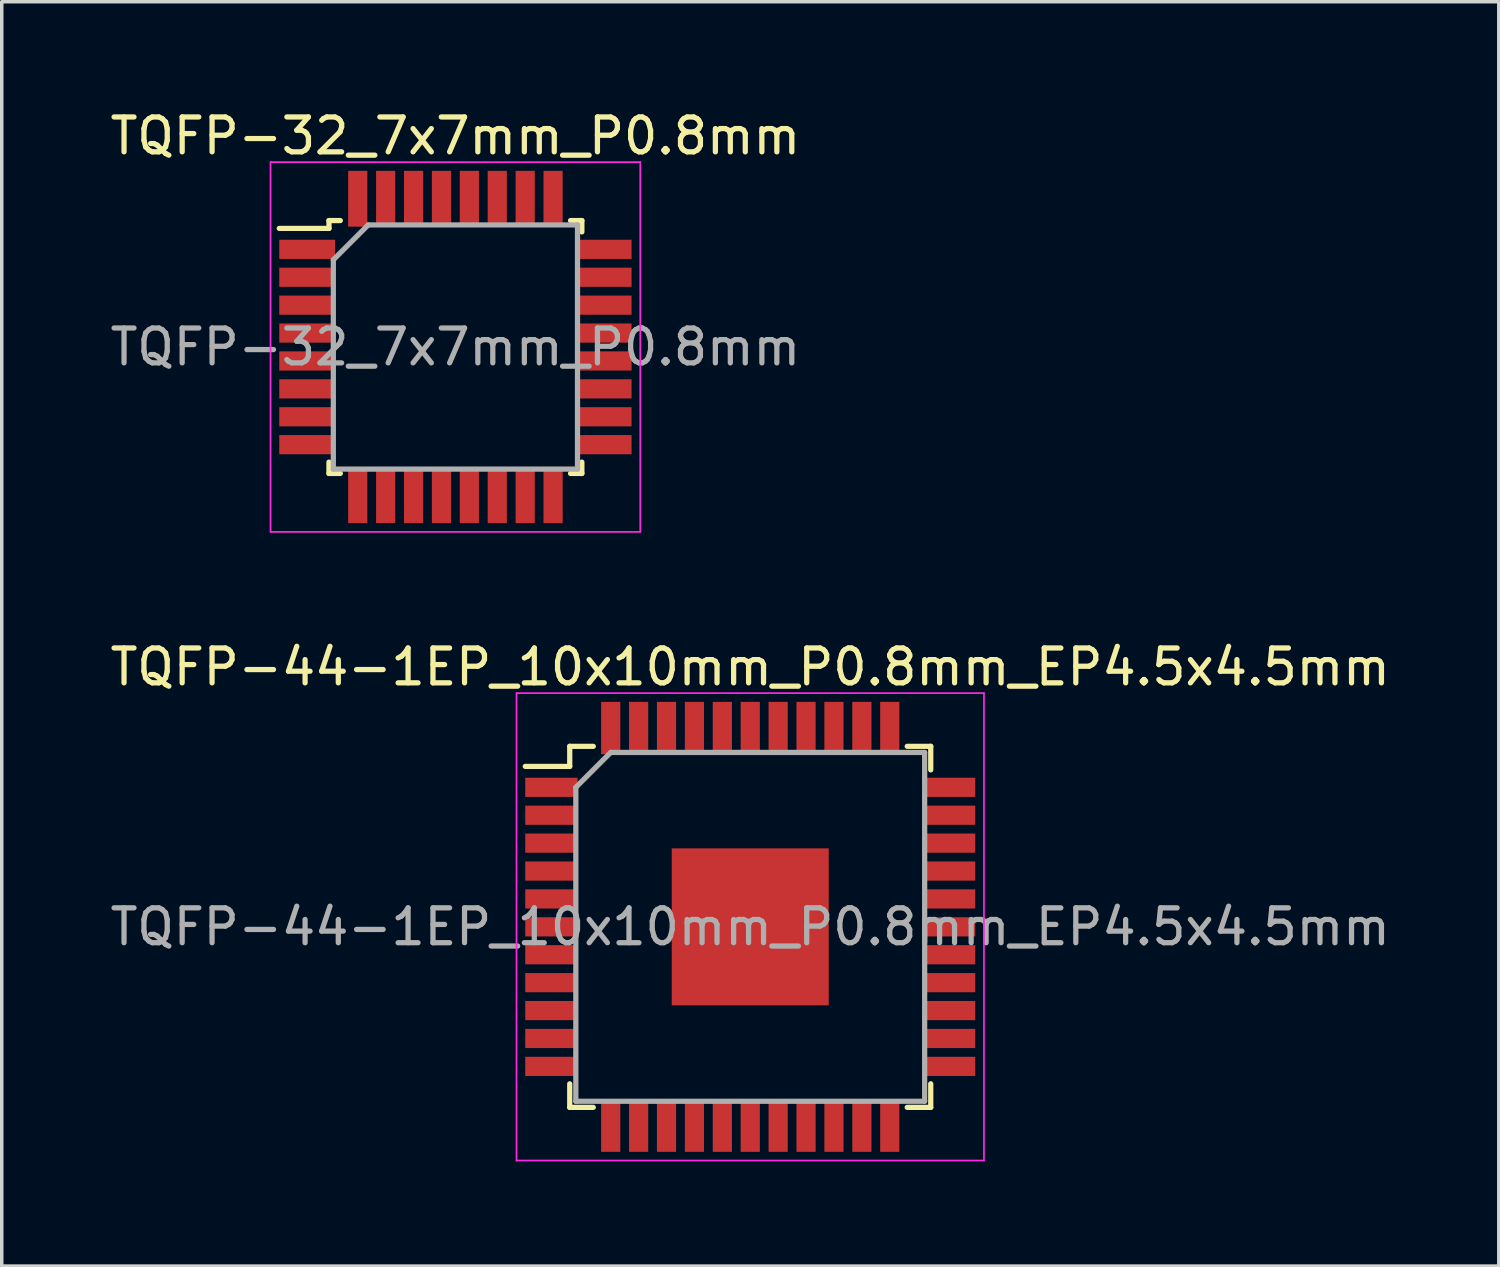
<source format=kicad_pcb>
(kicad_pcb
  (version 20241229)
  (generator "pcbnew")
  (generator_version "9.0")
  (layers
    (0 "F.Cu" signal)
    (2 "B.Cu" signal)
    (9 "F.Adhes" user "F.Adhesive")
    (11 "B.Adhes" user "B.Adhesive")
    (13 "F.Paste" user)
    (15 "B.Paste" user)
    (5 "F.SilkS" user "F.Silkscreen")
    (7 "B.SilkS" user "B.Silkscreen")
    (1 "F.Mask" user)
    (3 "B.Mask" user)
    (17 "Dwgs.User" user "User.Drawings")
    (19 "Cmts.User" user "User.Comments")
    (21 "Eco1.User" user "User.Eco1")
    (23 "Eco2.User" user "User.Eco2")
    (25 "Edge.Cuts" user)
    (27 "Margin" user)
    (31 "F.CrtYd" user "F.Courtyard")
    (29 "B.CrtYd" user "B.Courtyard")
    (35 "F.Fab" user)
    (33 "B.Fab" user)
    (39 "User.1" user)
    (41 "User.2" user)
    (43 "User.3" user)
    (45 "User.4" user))
  (footprint "TQFP-32_7x7mm_P0.8mm"
    (layer "F.Cu")
    (at 10.006 6.898)
    (property "Reference" "TQFP-32_7x7mm_P0.8mm" (at 0 -6.05 0) (layer "F.SilkS") (effects (font (size 1 1) (thickness 0.15))))
    (attr smd)
    (fp_line (start -3.625 -3.625) (end -3.625 -3.4) (stroke (width 0.15) (type solid)) (layer "F.SilkS"))
    (fp_line (start -3.625 -3.625) (end -3.3 -3.625) (stroke (width 0.15) (type solid)) (layer "F.SilkS"))
    (fp_line (start -3.625 -3.4) (end -5.05 -3.4) (stroke (width 0.15) (type solid)) (layer "F.SilkS"))
    (fp_line (start -3.625 3.625) (end -3.625 3.3) (stroke (width 0.15) (type solid)) (layer "F.SilkS"))
    (fp_line (start -3.625 3.625) (end -3.3 3.625) (stroke (width 0.15) (type solid)) (layer "F.SilkS"))
    (fp_line (start 3.625 -3.625) (end 3.3 -3.625) (stroke (width 0.15) (type solid)) (layer "F.SilkS"))
    (fp_line (start 3.625 -3.625) (end 3.625 -3.3) (stroke (width 0.15) (type solid)) (layer "F.SilkS"))
    (fp_line (start 3.625 3.625) (end 3.3 3.625) (stroke (width 0.15) (type solid)) (layer "F.SilkS"))
    (fp_line (start 3.625 3.625) (end 3.625 3.3) (stroke (width 0.15) (type solid)) (layer "F.SilkS"))
    (fp_line (start -5.3 -5.3) (end -5.3 5.3) (stroke (width 0.05) (type solid)) (layer "F.CrtYd"))
    (fp_line (start -5.3 -5.3) (end 5.3 -5.3) (stroke (width 0.05) (type solid)) (layer "F.CrtYd"))
    (fp_line (start -5.3 5.3) (end 5.3 5.3) (stroke (width 0.05) (type solid)) (layer "F.CrtYd"))
    (fp_line (start 5.3 -5.3) (end 5.3 5.3) (stroke (width 0.05) (type solid)) (layer "F.CrtYd"))
    (fp_line (start -3.5 -2.5) (end -2.5 -3.5) (stroke (width 0.15) (type solid)) (layer "F.Fab"))
    (fp_line (start -3.5 3.5) (end -3.5 -2.5) (stroke (width 0.15) (type solid)) (layer "F.Fab"))
    (fp_line (start -2.5 -3.5) (end 3.5 -3.5) (stroke (width 0.15) (type solid)) (layer "F.Fab"))
    (fp_line (start 3.5 -3.5) (end 3.5 3.5) (stroke (width 0.15) (type solid)) (layer "F.Fab"))
    (fp_line (start 3.5 3.5) (end -3.5 3.5) (stroke (width 0.15) (type solid)) (layer "F.Fab"))
    (fp_text user "${REFERENCE}" (at 0 0 0) (layer "F.Fab") (effects (font (size 1 1) (thickness 0.15))))
    (pad "1" smd rect (at -4.25 -2.8) (size 1.6 0.55) (layers "F.Cu" "F.Mask" "F.Paste"))
    (pad "2" smd rect (at -4.25 -2) (size 1.6 0.55) (layers "F.Cu" "F.Mask" "F.Paste"))
    (pad "3" smd rect (at -4.25 -1.2) (size 1.6 0.55) (layers "F.Cu" "F.Mask" "F.Paste"))
    (pad "4" smd rect (at -4.25 -0.4) (size 1.6 0.55) (layers "F.Cu" "F.Mask" "F.Paste"))
    (pad "5" smd rect (at -4.25 0.4) (size 1.6 0.55) (layers "F.Cu" "F.Mask" "F.Paste"))
    (pad "6" smd rect (at -4.25 1.2) (size 1.6 0.55) (layers "F.Cu" "F.Mask" "F.Paste"))
    (pad "7" smd rect (at -4.25 2) (size 1.6 0.55) (layers "F.Cu" "F.Mask" "F.Paste"))
    (pad "8" smd rect (at -4.25 2.8) (size 1.6 0.55) (layers "F.Cu" "F.Mask" "F.Paste"))
    (pad "9" smd rect (at -2.8 4.25 90) (size 1.6 0.55) (layers "F.Cu" "F.Mask" "F.Paste"))
    (pad "10" smd rect (at -2 4.25 90) (size 1.6 0.55) (layers "F.Cu" "F.Mask" "F.Paste"))
    (pad "11" smd rect (at -1.2 4.25 90) (size 1.6 0.55) (layers "F.Cu" "F.Mask" "F.Paste"))
    (pad "12" smd rect (at -0.4 4.25 90) (size 1.6 0.55) (layers "F.Cu" "F.Mask" "F.Paste"))
    (pad "13" smd rect (at 0.4 4.25 90) (size 1.6 0.55) (layers "F.Cu" "F.Mask" "F.Paste"))
    (pad "14" smd rect (at 1.2 4.25 90) (size 1.6 0.55) (layers "F.Cu" "F.Mask" "F.Paste"))
    (pad "15" smd rect (at 2 4.25 90) (size 1.6 0.55) (layers "F.Cu" "F.Mask" "F.Paste"))
    (pad "16" smd rect (at 2.8 4.25 90) (size 1.6 0.55) (layers "F.Cu" "F.Mask" "F.Paste"))
    (pad "17" smd rect (at 4.25 2.8) (size 1.6 0.55) (layers "F.Cu" "F.Mask" "F.Paste"))
    (pad "18" smd rect (at 4.25 2) (size 1.6 0.55) (layers "F.Cu" "F.Mask" "F.Paste"))
    (pad "19" smd rect (at 4.25 1.2) (size 1.6 0.55) (layers "F.Cu" "F.Mask" "F.Paste"))
    (pad "20" smd rect (at 4.25 0.4) (size 1.6 0.55) (layers "F.Cu" "F.Mask" "F.Paste"))
    (pad "21" smd rect (at 4.25 -0.4) (size 1.6 0.55) (layers "F.Cu" "F.Mask" "F.Paste"))
    (pad "22" smd rect (at 4.25 -1.2) (size 1.6 0.55) (layers "F.Cu" "F.Mask" "F.Paste"))
    (pad "23" smd rect (at 4.25 -2) (size 1.6 0.55) (layers "F.Cu" "F.Mask" "F.Paste"))
    (pad "24" smd rect (at 4.25 -2.8) (size 1.6 0.55) (layers "F.Cu" "F.Mask" "F.Paste"))
    (pad "25" smd rect (at 2.8 -4.25 90) (size 1.6 0.55) (layers "F.Cu" "F.Mask" "F.Paste"))
    (pad "26" smd rect (at 2 -4.25 90) (size 1.6 0.55) (layers "F.Cu" "F.Mask" "F.Paste"))
    (pad "27" smd rect (at 1.2 -4.25 90) (size 1.6 0.55) (layers "F.Cu" "F.Mask" "F.Paste"))
    (pad "28" smd rect (at 0.4 -4.25 90) (size 1.6 0.55) (layers "F.Cu" "F.Mask" "F.Paste"))
    (pad "29" smd rect (at -0.4 -4.25 90) (size 1.6 0.55) (layers "F.Cu" "F.Mask" "F.Paste"))
    (pad "30" smd rect (at -1.2 -4.25 90) (size 1.6 0.55) (layers "F.Cu" "F.Mask" "F.Paste"))
    (pad "31" smd rect (at -2 -4.25 90) (size 1.6 0.55) (layers "F.Cu" "F.Mask" "F.Paste"))
    (pad "32" smd rect (at -2.8 -4.25 90) (size 1.6 0.55) (layers "F.Cu" "F.Mask" "F.Paste")))
  (footprint "TQFP-44-1EP_10x10mm_P0.8mm_EP4.5x4.5mm"
    (layer "F.Cu")
    (at 18.458 23.521)
    (property "Reference" "TQFP-44-1EP_10x10mm_P0.8mm_EP4.5x4.5mm" (at 0 -7.45 0) (layer "F.SilkS") (effects (font (size 1 1) (thickness 0.15))))
    (attr smd)
    (fp_line (start -5.175 -5.175) (end -5.175 -4.6) (stroke (width 0.15) (type solid)) (layer "F.SilkS"))
    (fp_line (start -5.175 -5.175) (end -4.5 -5.175) (stroke (width 0.15) (type solid)) (layer "F.SilkS"))
    (fp_line (start -5.175 -4.6) (end -6.45 -4.6) (stroke (width 0.15) (type solid)) (layer "F.SilkS"))
    (fp_line (start -5.175 5.175) (end -5.175 4.5) (stroke (width 0.15) (type solid)) (layer "F.SilkS"))
    (fp_line (start -5.175 5.175) (end -4.5 5.175) (stroke (width 0.15) (type solid)) (layer "F.SilkS"))
    (fp_line (start 5.175 -5.175) (end 4.5 -5.175) (stroke (width 0.15) (type solid)) (layer "F.SilkS"))
    (fp_line (start 5.175 -5.175) (end 5.175 -4.5) (stroke (width 0.15) (type solid)) (layer "F.SilkS"))
    (fp_line (start 5.175 5.175) (end 4.5 5.175) (stroke (width 0.15) (type solid)) (layer "F.SilkS"))
    (fp_line (start 5.175 5.175) (end 5.175 4.5) (stroke (width 0.15) (type solid)) (layer "F.SilkS"))
    (fp_line (start -6.7 -6.7) (end -6.7 6.7) (stroke (width 0.05) (type solid)) (layer "F.CrtYd"))
    (fp_line (start -6.7 -6.7) (end 6.7 -6.7) (stroke (width 0.05) (type solid)) (layer "F.CrtYd"))
    (fp_line (start -6.7 6.7) (end 6.7 6.7) (stroke (width 0.05) (type solid)) (layer "F.CrtYd"))
    (fp_line (start 6.7 -6.7) (end 6.7 6.7) (stroke (width 0.05) (type solid)) (layer "F.CrtYd"))
    (fp_line (start -5 -4) (end -4 -5) (stroke (width 0.15) (type solid)) (layer "F.Fab"))
    (fp_line (start -5 5) (end -5 -4) (stroke (width 0.15) (type solid)) (layer "F.Fab"))
    (fp_line (start -4 -5) (end 5 -5) (stroke (width 0.15) (type solid)) (layer "F.Fab"))
    (fp_line (start 5 -5) (end 5 5) (stroke (width 0.15) (type solid)) (layer "F.Fab"))
    (fp_line (start 5 5) (end -5 5) (stroke (width 0.15) (type solid)) (layer "F.Fab"))
    (fp_text user "${REFERENCE}" (at 0 0 0) (layer "F.Fab") (effects (font (size 1 1) (thickness 0.15))))
    (pad "" smd rect (at -1.5 -1.5) (size 1.16 1.16) (layers "F.Paste"))
    (pad "" smd rect (at -1.5 0) (size 1.16 1.16) (layers "F.Paste"))
    (pad "" smd rect (at -1.5 1.5) (size 1.16 1.16) (layers "F.Paste"))
    (pad "" smd rect (at 0 -1.5) (size 1.16 1.16) (layers "F.Paste"))
    (pad "" smd rect (at 0 0) (size 1.16 1.16) (layers "F.Paste"))
    (pad "" smd rect (at 0 1.5) (size 1.16 1.16) (layers "F.Paste"))
    (pad "" smd rect (at 1.5 -1.5) (size 1.16 1.16) (layers "F.Paste"))
    (pad "" smd rect (at 1.5 0) (size 1.16 1.16) (layers "F.Paste"))
    (pad "" smd rect (at 1.5 1.5) (size 1.16 1.16) (layers "F.Paste"))
    (pad "1" smd rect (at -5.7 -4) (size 1.5 0.55) (layers "F.Cu" "F.Mask" "F.Paste"))
    (pad "2" smd rect (at -5.7 -3.2) (size 1.5 0.55) (layers "F.Cu" "F.Mask" "F.Paste"))
    (pad "3" smd rect (at -5.7 -2.4) (size 1.5 0.55) (layers "F.Cu" "F.Mask" "F.Paste"))
    (pad "4" smd rect (at -5.7 -1.6) (size 1.5 0.55) (layers "F.Cu" "F.Mask" "F.Paste"))
    (pad "5" smd rect (at -5.7 -0.8) (size 1.5 0.55) (layers "F.Cu" "F.Mask" "F.Paste"))
    (pad "6" smd rect (at -5.7 0) (size 1.5 0.55) (layers "F.Cu" "F.Mask" "F.Paste"))
    (pad "7" smd rect (at -5.7 0.8) (size 1.5 0.55) (layers "F.Cu" "F.Mask" "F.Paste"))
    (pad "8" smd rect (at -5.7 1.6) (size 1.5 0.55) (layers "F.Cu" "F.Mask" "F.Paste"))
    (pad "9" smd rect (at -5.7 2.4) (size 1.5 0.55) (layers "F.Cu" "F.Mask" "F.Paste"))
    (pad "10" smd rect (at -5.7 3.2) (size 1.5 0.55) (layers "F.Cu" "F.Mask" "F.Paste"))
    (pad "11" smd rect (at -5.7 4) (size 1.5 0.55) (layers "F.Cu" "F.Mask" "F.Paste"))
    (pad "12" smd rect (at -4 5.7 90) (size 1.5 0.55) (layers "F.Cu" "F.Mask" "F.Paste"))
    (pad "13" smd rect (at -3.2 5.7 90) (size 1.5 0.55) (layers "F.Cu" "F.Mask" "F.Paste"))
    (pad "14" smd rect (at -2.4 5.7 90) (size 1.5 0.55) (layers "F.Cu" "F.Mask" "F.Paste"))
    (pad "15" smd rect (at -1.6 5.7 90) (size 1.5 0.55) (layers "F.Cu" "F.Mask" "F.Paste"))
    (pad "16" smd rect (at -0.8 5.7 90) (size 1.5 0.55) (layers "F.Cu" "F.Mask" "F.Paste"))
    (pad "17" smd rect (at 0 5.7 90) (size 1.5 0.55) (layers "F.Cu" "F.Mask" "F.Paste"))
    (pad "18" smd rect (at 0.8 5.7 90) (size 1.5 0.55) (layers "F.Cu" "F.Mask" "F.Paste"))
    (pad "19" smd rect (at 1.6 5.7 90) (size 1.5 0.55) (layers "F.Cu" "F.Mask" "F.Paste"))
    (pad "20" smd rect (at 2.4 5.7 90) (size 1.5 0.55) (layers "F.Cu" "F.Mask" "F.Paste"))
    (pad "21" smd rect (at 3.2 5.7 90) (size 1.5 0.55) (layers "F.Cu" "F.Mask" "F.Paste"))
    (pad "22" smd rect (at 4 5.7 90) (size 1.5 0.55) (layers "F.Cu" "F.Mask" "F.Paste"))
    (pad "23" smd rect (at 5.7 4) (size 1.5 0.55) (layers "F.Cu" "F.Mask" "F.Paste"))
    (pad "24" smd rect (at 5.7 3.2) (size 1.5 0.55) (layers "F.Cu" "F.Mask" "F.Paste"))
    (pad "25" smd rect (at 5.7 2.4) (size 1.5 0.55) (layers "F.Cu" "F.Mask" "F.Paste"))
    (pad "26" smd rect (at 5.7 1.6) (size 1.5 0.55) (layers "F.Cu" "F.Mask" "F.Paste"))
    (pad "27" smd rect (at 5.7 0.8) (size 1.5 0.55) (layers "F.Cu" "F.Mask" "F.Paste"))
    (pad "28" smd rect (at 5.7 0) (size 1.5 0.55) (layers "F.Cu" "F.Mask" "F.Paste"))
    (pad "29" smd rect (at 5.7 -0.8) (size 1.5 0.55) (layers "F.Cu" "F.Mask" "F.Paste"))
    (pad "30" smd rect (at 5.7 -1.6) (size 1.5 0.55) (layers "F.Cu" "F.Mask" "F.Paste"))
    (pad "31" smd rect (at 5.7 -2.4) (size 1.5 0.55) (layers "F.Cu" "F.Mask" "F.Paste"))
    (pad "32" smd rect (at 5.7 -3.2) (size 1.5 0.55) (layers "F.Cu" "F.Mask" "F.Paste"))
    (pad "33" smd rect (at 5.7 -4) (size 1.5 0.55) (layers "F.Cu" "F.Mask" "F.Paste"))
    (pad "34" smd rect (at 4 -5.7 90) (size 1.5 0.55) (layers "F.Cu" "F.Mask" "F.Paste"))
    (pad "35" smd rect (at 3.2 -5.7 90) (size 1.5 0.55) (layers "F.Cu" "F.Mask" "F.Paste"))
    (pad "36" smd rect (at 2.4 -5.7 90) (size 1.5 0.55) (layers "F.Cu" "F.Mask" "F.Paste"))
    (pad "37" smd rect (at 1.6 -5.7 90) (size 1.5 0.55) (layers "F.Cu" "F.Mask" "F.Paste"))
    (pad "38" smd rect (at 0.8 -5.7 90) (size 1.5 0.55) (layers "F.Cu" "F.Mask" "F.Paste"))
    (pad "39" smd rect (at 0 -5.7 90) (size 1.5 0.55) (layers "F.Cu" "F.Mask" "F.Paste"))
    (pad "40" smd rect (at -0.8 -5.7 90) (size 1.5 0.55) (layers "F.Cu" "F.Mask" "F.Paste"))
    (pad "41" smd rect (at -1.6 -5.7 90) (size 1.5 0.55) (layers "F.Cu" "F.Mask" "F.Paste"))
    (pad "42" smd rect (at -2.4 -5.7 90) (size 1.5 0.55) (layers "F.Cu" "F.Mask" "F.Paste"))
    (pad "43" smd rect (at -3.2 -5.7 90) (size 1.5 0.55) (layers "F.Cu" "F.Mask" "F.Paste"))
    (pad "44" smd rect (at -4 -5.7 90) (size 1.5 0.55) (layers "F.Cu" "F.Mask" "F.Paste"))
    (pad "45" smd rect (at 0 0) (size 4.5 4.5) (layers "F.Cu" "F.Mask")))
  (gr_rect
    (start -3 -3)
    (end 39.917 33.246)
    (stroke (width 0.1) (type default))
    (fill no)
    (layer "Edge.Cuts")))
</source>
